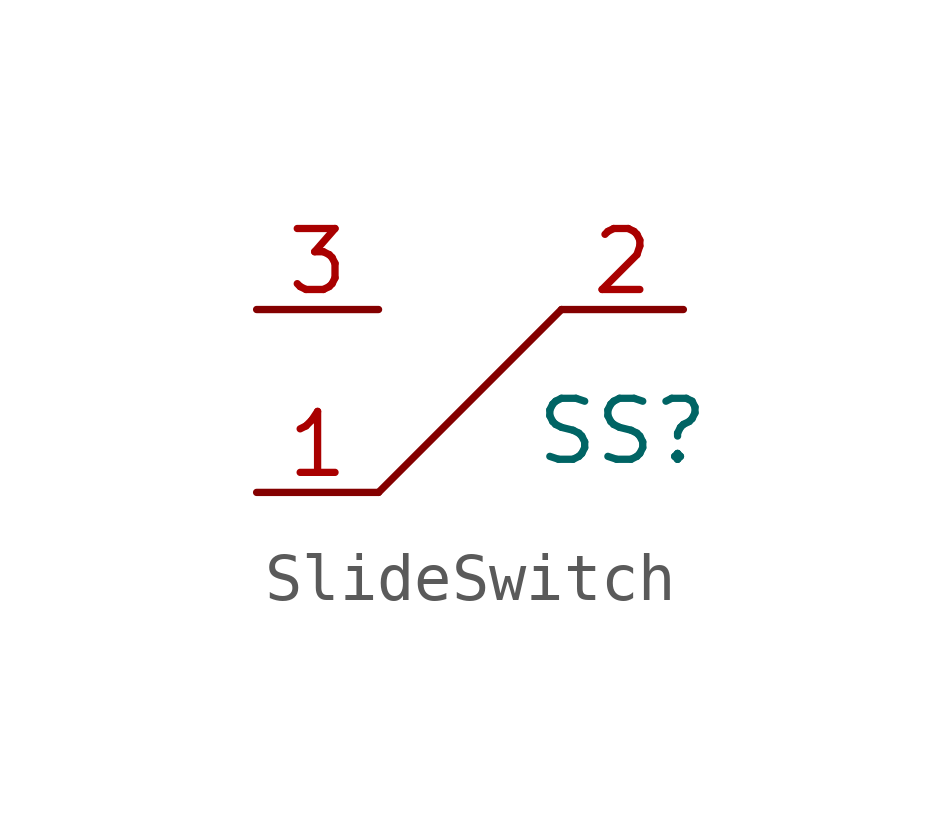
<source format=kicad_sym>
(kicad_symbol_lib
  (version 20220914)
  (generator kicad_symbol_editor)
  (symbol "SlideSwitch"
    (property "Reference" "SS"
      (at 5.08 -2.54 0)
      (effects (font (size 1.27 1.27))))
    (property "Value" ""
      (at 0 0 0)
      (effects (font (size 1.27 1.27))))
    (symbol "SlideSwitch_0_1"
      (polyline (pts (xy 3.81 0) (xy 0 -3.81)) (stroke (width 0) (type default)) (fill (type none))))
    (symbol "SlideSwitch_1_1"
      (pin input line (at -2.54 -3.81 0) (length 2.54) (name "" (effects (font (size 1.27 1.27)))) (number "1" (effects (font (size 1.27 1.27)))))
      (pin output line (at 6.35 0 180) (length 2.54) (name "" (effects (font (size 1.27 1.27)))) (number "2" (effects (font (size 1.27 1.27)))))
      (pin input line (at -2.54 0 0) (length 2.54) (name "" (effects (font (size 1.27 1.27)))) (number "3" (effects (font (size 1.27 1.27))))))))
</source>
